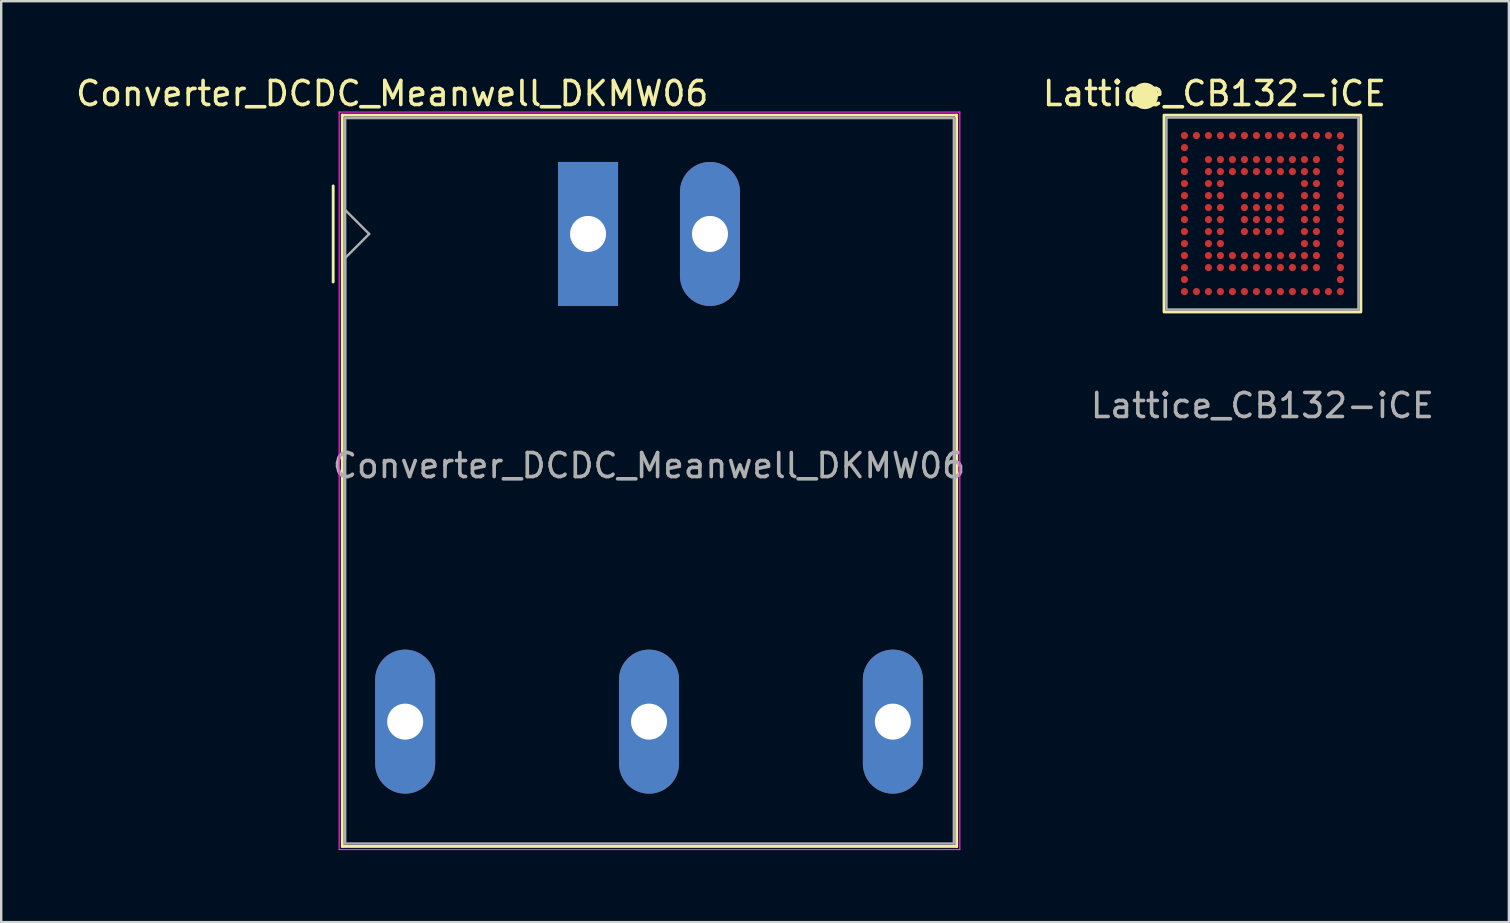
<source format=kicad_pcb>
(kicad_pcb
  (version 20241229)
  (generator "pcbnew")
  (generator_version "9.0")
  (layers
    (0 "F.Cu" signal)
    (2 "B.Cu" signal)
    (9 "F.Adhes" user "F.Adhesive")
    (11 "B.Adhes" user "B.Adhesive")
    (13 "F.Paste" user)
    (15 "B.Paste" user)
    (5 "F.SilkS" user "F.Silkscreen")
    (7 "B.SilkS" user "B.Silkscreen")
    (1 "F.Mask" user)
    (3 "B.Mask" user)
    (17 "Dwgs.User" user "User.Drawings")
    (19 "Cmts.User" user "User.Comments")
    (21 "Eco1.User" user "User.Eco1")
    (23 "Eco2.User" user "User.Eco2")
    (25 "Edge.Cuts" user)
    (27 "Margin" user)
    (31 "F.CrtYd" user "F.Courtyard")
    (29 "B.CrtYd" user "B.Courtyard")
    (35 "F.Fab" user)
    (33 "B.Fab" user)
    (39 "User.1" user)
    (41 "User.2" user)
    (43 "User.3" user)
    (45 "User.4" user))
  (footprint "Converter_DCDC_Meanwell_DKMW06"
    (layer "F.Cu")
    (at 21.452 6.698)
    (property "Reference" "Converter_DCDC_Meanwell_DKMW06" (at -8.16 -5.85 180) (layer "F.SilkS") (effects (font (size 1 1) (thickness 0.15))))
    (attr through_hole)
    (fp_line (start -10.62 -2) (end -10.62 2) (stroke (width 0.12) (type solid)) (layer "F.SilkS"))
    (fp_line (start -10.24 -4.95) (end 15.36 -4.95) (stroke (width 0.12) (type solid)) (layer "F.SilkS"))
    (fp_line (start -10.24 25.52) (end -10.24 -4.95) (stroke (width 0.12) (type solid)) (layer "F.SilkS"))
    (fp_line (start 15.36 -4.95) (end 15.36 25.52) (stroke (width 0.12) (type solid)) (layer "F.SilkS"))
    (fp_line (start 15.36 25.52) (end -10.24 25.52) (stroke (width 0.12) (type solid)) (layer "F.SilkS"))
    (fp_line (start -10.37 -5.08) (end 15.49 -5.08) (stroke (width 0.05) (type solid)) (layer "F.CrtYd"))
    (fp_line (start -10.37 25.65) (end -10.37 -5.08) (stroke (width 0.05) (type solid)) (layer "F.CrtYd"))
    (fp_line (start -10.37 25.65) (end 15.49 25.65) (stroke (width 0.05) (type solid)) (layer "F.CrtYd"))
    (fp_line (start 15.49 25.65) (end 15.49 -5.08) (stroke (width 0.05) (type solid)) (layer "F.CrtYd"))
    (fp_line (start -10.12 1) (end -10.12 25.4) (stroke (width 0.1) (type solid)) (layer "F.Fab"))
    (fp_line (start -10.12 1) (end -9.12 0) (stroke (width 0.1) (type solid)) (layer "F.Fab"))
    (fp_line (start -10.12 9.37) (end -10.12 -4.83) (stroke (width 0.1) (type solid)) (layer "F.Fab"))
    (fp_line (start -10.12 25.4) (end 15.24 25.4) (stroke (width 0.1) (type solid)) (layer "F.Fab"))
    (fp_line (start -9.12 0) (end -10.12 -1) (stroke (width 0.1) (type solid)) (layer "F.Fab"))
    (fp_line (start 15.24 -4.83) (end -10.12 -4.83) (stroke (width 0.1) (type solid)) (layer "F.Fab"))
    (fp_line (start 15.24 25.4) (end 15.24 -4.83) (stroke (width 0.1) (type solid)) (layer "F.Fab"))
    (fp_text user "${REFERENCE}" (at 2.54 9.652 0) (layer "F.Fab") (effects (font (size 1 1) (thickness 0.15))))
    (pad "1" thru_hole rect (at 0 0 90) (size 6 2.5) (drill 1.5) (layers "*.Cu" "*.Mask"))
    (pad "2" thru_hole oval (at 5.08 0 90) (size 6 2.5) (drill 1.5) (layers "*.Cu" "*.Mask"))
    (pad "3" thru_hole oval (at -7.62 20.32 90) (size 6 2.5) (drill 1.5) (layers "*.Cu" "*.Mask"))
    (pad "4" thru_hole oval (at 2.54 20.32 90) (size 6 2.5) (drill 1.5) (layers "*.Cu" "*.Mask"))
    (pad "5" thru_hole oval (at 12.7 20.32 90) (size 6 2.5) (drill 1.5) (layers "*.Cu" "*.Mask")))
  (footprint "Lattice_CB132-iCE"
    (layer "F.Cu")
    (at 49.551 5.848)
    (property "Reference" "Lattice_CB132-iCE" (at -2 -5 0) (unlocked yes) (layer "F.SilkS") (effects (font (size 1 1) (thickness 0.15))))
    (attr smd)
    (fp_rect (start -4.1 -4.1) (end 4.1 4.1) (stroke (width 0.12) (type solid)) (fill no) (layer "F.SilkS"))
    (fp_circle (center -4.9 -4.9) (end -4.4 -4.9) (stroke (width 0.1) (type solid)) (fill yes) (layer "F.SilkS"))
    (fp_rect (start -4 -4) (end 4 4) (stroke (width 0.1) (type solid)) (fill no) (layer "F.Fab"))
    (fp_text user "${REFERENCE}" (at 0 8 0) (unlocked yes) (layer "F.Fab") (effects (font (size 1 1) (thickness 0.15))))
    (pad "A1" smd circle (at -3.25 -3.25) (size 0.3 0.3) (property pad_prop_bga) (layers "F.Cu" "F.Mask" "F.Paste"))
    (pad "A2" smd circle (at -2.75 -3.25) (size 0.3 0.3) (property pad_prop_bga) (layers "F.Cu" "F.Mask" "F.Paste"))
    (pad "A3" smd circle (at -2.25 -3.25) (size 0.3 0.3) (property pad_prop_bga) (layers "F.Cu" "F.Mask" "F.Paste"))
    (pad "A4" smd circle (at -1.75 -3.25) (size 0.3 0.3) (property pad_prop_bga) (layers "F.Cu" "F.Mask" "F.Paste"))
    (pad "A5" smd circle (at -1.25 -3.25) (size 0.3 0.3) (property pad_prop_bga) (layers "F.Cu" "F.Mask" "F.Paste"))
    (pad "A6" smd circle (at -0.75 -3.25) (size 0.3 0.3) (property pad_prop_bga) (layers "F.Cu" "F.Mask" "F.Paste"))
    (pad "A7" smd circle (at -0.25 -3.25) (size 0.3 0.3) (property pad_prop_bga) (layers "F.Cu" "F.Mask" "F.Paste"))
    (pad "A8" smd circle (at 0.25 -3.25) (size 0.3 0.3) (property pad_prop_bga) (layers "F.Cu" "F.Mask" "F.Paste"))
    (pad "A9" smd circle (at 0.75 -3.25) (size 0.3 0.3) (property pad_prop_bga) (layers "F.Cu" "F.Mask" "F.Paste"))
    (pad "A10" smd circle (at 1.25 -3.25) (size 0.3 0.3) (property pad_prop_bga) (layers "F.Cu" "F.Mask" "F.Paste"))
    (pad "A11" smd circle (at 1.75 -3.25) (size 0.3 0.3) (property pad_prop_bga) (layers "F.Cu" "F.Mask" "F.Paste"))
    (pad "A12" smd circle (at 2.25 -3.25) (size 0.3 0.3) (property pad_prop_bga) (layers "F.Cu" "F.Mask" "F.Paste"))
    (pad "A13" smd circle (at 2.75 -3.25) (size 0.3 0.3) (property pad_prop_bga) (layers "F.Cu" "F.Mask" "F.Paste"))
    (pad "A14" smd circle (at 3.25 -3.25) (size 0.3 0.3) (property pad_prop_bga) (layers "F.Cu" "F.Mask" "F.Paste"))
    (pad "B1" smd circle (at -3.25 -2.75) (size 0.3 0.3) (property pad_prop_bga) (layers "F.Cu" "F.Mask" "F.Paste"))
    (pad "B14" smd circle (at 3.25 -2.75) (size 0.3 0.3) (property pad_prop_bga) (layers "F.Cu" "F.Mask" "F.Paste"))
    (pad "C1" smd circle (at -3.25 -2.25) (size 0.3 0.3) (property pad_prop_bga) (layers "F.Cu" "F.Mask" "F.Paste"))
    (pad "C3" smd circle (at -2.25 -2.25) (size 0.3 0.3) (property pad_prop_bga) (layers "F.Cu" "F.Mask" "F.Paste"))
    (pad "C4" smd circle (at -1.75 -2.25) (size 0.3 0.3) (property pad_prop_bga) (layers "F.Cu" "F.Mask" "F.Paste"))
    (pad "C5" smd circle (at -1.25 -2.25) (size 0.3 0.3) (property pad_prop_bga) (layers "F.Cu" "F.Mask" "F.Paste"))
    (pad "C6" smd circle (at -0.75 -2.25) (size 0.3 0.3) (property pad_prop_bga) (layers "F.Cu" "F.Mask" "F.Paste"))
    (pad "C7" smd circle (at -0.25 -2.25) (size 0.3 0.3) (property pad_prop_bga) (layers "F.Cu" "F.Mask" "F.Paste"))
    (pad "C8" smd circle (at 0.25 -2.25) (size 0.3 0.3) (property pad_prop_bga) (layers "F.Cu" "F.Mask" "F.Paste"))
    (pad "C9" smd circle (at 0.75 -2.25) (size 0.3 0.3) (property pad_prop_bga) (layers "F.Cu" "F.Mask" "F.Paste"))
    (pad "C10" smd circle (at 1.25 -2.25) (size 0.3 0.3) (property pad_prop_bga) (layers "F.Cu" "F.Mask" "F.Paste"))
    (pad "C11" smd circle (at 1.75 -2.25) (size 0.3 0.3) (property pad_prop_bga) (layers "F.Cu" "F.Mask" "F.Paste"))
    (pad "C12" smd circle (at 2.25 -2.25) (size 0.3 0.3) (property pad_prop_bga) (layers "F.Cu" "F.Mask" "F.Paste"))
    (pad "C14" smd circle (at 3.25 -2.25) (size 0.3 0.3) (property pad_prop_bga) (layers "F.Cu" "F.Mask" "F.Paste"))
    (pad "D1" smd circle (at -3.25 -1.75) (size 0.3 0.3) (property pad_prop_bga) (layers "F.Cu" "F.Mask" "F.Paste"))
    (pad "D3" smd circle (at -2.25 -1.75) (size 0.3 0.3) (property pad_prop_bga) (layers "F.Cu" "F.Mask" "F.Paste"))
    (pad "D4" smd circle (at -1.75 -1.75) (size 0.3 0.3) (property pad_prop_bga) (layers "F.Cu" "F.Mask" "F.Paste"))
    (pad "D5" smd circle (at -1.25 -1.75) (size 0.3 0.3) (property pad_prop_bga) (layers "F.Cu" "F.Mask" "F.Paste"))
    (pad "D6" smd circle (at -0.75 -1.75) (size 0.3 0.3) (property pad_prop_bga) (layers "F.Cu" "F.Mask" "F.Paste"))
    (pad "D7" smd circle (at -0.25 -1.75) (size 0.3 0.3) (property pad_prop_bga) (layers "F.Cu" "F.Mask" "F.Paste"))
    (pad "D8" smd circle (at 0.25 -1.75) (size 0.3 0.3) (property pad_prop_bga) (layers "F.Cu" "F.Mask" "F.Paste"))
    (pad "D9" smd circle (at 0.75 -1.75) (size 0.3 0.3) (property pad_prop_bga) (layers "F.Cu" "F.Mask" "F.Paste"))
    (pad "D10" smd circle (at 1.25 -1.75) (size 0.3 0.3) (property pad_prop_bga) (layers "F.Cu" "F.Mask" "F.Paste"))
    (pad "D11" smd circle (at 1.75 -1.75) (size 0.3 0.3) (property pad_prop_bga) (layers "F.Cu" "F.Mask" "F.Paste"))
    (pad "D12" smd circle (at 2.25 -1.75) (size 0.3 0.3) (property pad_prop_bga) (layers "F.Cu" "F.Mask" "F.Paste"))
    (pad "D14" smd circle (at 3.25 -1.75) (size 0.3 0.3) (property pad_prop_bga) (layers "F.Cu" "F.Mask" "F.Paste"))
    (pad "E1" smd circle (at -3.25 -1.25) (size 0.3 0.3) (property pad_prop_bga) (layers "F.Cu" "F.Mask" "F.Paste"))
    (pad "E3" smd circle (at -2.25 -1.25) (size 0.3 0.3) (property pad_prop_bga) (layers "F.Cu" "F.Mask" "F.Paste"))
    (pad "E4" smd circle (at -1.75 -1.25) (size 0.3 0.3) (property pad_prop_bga) (layers "F.Cu" "F.Mask" "F.Paste"))
    (pad "E11" smd circle (at 1.75 -1.25) (size 0.3 0.3) (property pad_prop_bga) (layers "F.Cu" "F.Mask" "F.Paste"))
    (pad "E12" smd circle (at 2.25 -1.25) (size 0.3 0.3) (property pad_prop_bga) (layers "F.Cu" "F.Mask" "F.Paste"))
    (pad "E14" smd circle (at 3.25 -1.25) (size 0.3 0.3) (property pad_prop_bga) (layers "F.Cu" "F.Mask" "F.Paste"))
    (pad "F1" smd circle (at -3.25 -0.75) (size 0.3 0.3) (property pad_prop_bga) (layers "F.Cu" "F.Mask" "F.Paste"))
    (pad "F3" smd circle (at -2.25 -0.75) (size 0.3 0.3) (property pad_prop_bga) (layers "F.Cu" "F.Mask" "F.Paste"))
    (pad "F4" smd circle (at -1.75 -0.75) (size 0.3 0.3) (property pad_prop_bga) (layers "F.Cu" "F.Mask" "F.Paste"))
    (pad "F6" smd circle (at -0.75 -0.75) (size 0.3 0.3) (property pad_prop_bga) (layers "F.Cu" "F.Mask" "F.Paste"))
    (pad "F7" smd circle (at -0.25 -0.75) (size 0.3 0.3) (property pad_prop_bga) (layers "F.Cu" "F.Mask" "F.Paste"))
    (pad "F8" smd circle (at 0.25 -0.75) (size 0.3 0.3) (property pad_prop_bga) (layers "F.Cu" "F.Mask" "F.Paste"))
    (pad "F9" smd circle (at 0.75 -0.75) (size 0.3 0.3) (property pad_prop_bga) (layers "F.Cu" "F.Mask" "F.Paste"))
    (pad "F11" smd circle (at 1.75 -0.75) (size 0.3 0.3) (property pad_prop_bga) (layers "F.Cu" "F.Mask" "F.Paste"))
    (pad "F12" smd circle (at 2.25 -0.75) (size 0.3 0.3) (property pad_prop_bga) (layers "F.Cu" "F.Mask" "F.Paste"))
    (pad "F14" smd circle (at 3.25 -0.75) (size 0.3 0.3) (property pad_prop_bga) (layers "F.Cu" "F.Mask" "F.Paste"))
    (pad "G1" smd circle (at -3.25 -0.25) (size 0.3 0.3) (property pad_prop_bga) (layers "F.Cu" "F.Mask" "F.Paste"))
    (pad "G2" smd circle (at -2.25 -0.25) (size 0.3 0.3) (property pad_prop_bga) (layers "F.Cu" "F.Mask" "F.Paste"))
    (pad "G3" smd circle (at -1.75 -0.25) (size 0.3 0.3) (property pad_prop_bga) (layers "F.Cu" "F.Mask" "F.Paste"))
    (pad "G6" smd circle (at -0.75 -0.25) (size 0.3 0.3) (property pad_prop_bga) (layers "F.Cu" "F.Mask" "F.Paste"))
    (pad "G7" smd circle (at -0.25 -0.25) (size 0.3 0.3) (property pad_prop_bga) (layers "F.Cu" "F.Mask" "F.Paste"))
    (pad "G8" smd circle (at 0.25 -0.25) (size 0.3 0.3) (property pad_prop_bga) (layers "F.Cu" "F.Mask" "F.Paste"))
    (pad "G9" smd circle (at 0.75 -0.25) (size 0.3 0.3) (property pad_prop_bga) (layers "F.Cu" "F.Mask" "F.Paste"))
    (pad "G11" smd circle (at 1.75 -0.25) (size 0.3 0.3) (property pad_prop_bga) (layers "F.Cu" "F.Mask" "F.Paste"))
    (pad "G12" smd circle (at 2.25 -0.25) (size 0.3 0.3) (property pad_prop_bga) (layers "F.Cu" "F.Mask" "F.Paste"))
    (pad "G14" smd circle (at 3.25 -0.25) (size 0.3 0.3) (property pad_prop_bga) (layers "F.Cu" "F.Mask" "F.Paste"))
    (pad "H1" smd circle (at -3.25 0.25) (size 0.3 0.3) (property pad_prop_bga) (layers "F.Cu" "F.Mask" "F.Paste"))
    (pad "H3" smd circle (at -2.25 0.25) (size 0.3 0.3) (property pad_prop_bga) (layers "F.Cu" "F.Mask" "F.Paste"))
    (pad "H4" smd circle (at -1.75 0.25) (size 0.3 0.3) (property pad_prop_bga) (layers "F.Cu" "F.Mask" "F.Paste"))
    (pad "H6" smd circle (at -0.75 0.25) (size 0.3 0.3) (property pad_prop_bga) (layers "F.Cu" "F.Mask" "F.Paste"))
    (pad "H7" smd circle (at -0.25 0.25) (size 0.3 0.3) (property pad_prop_bga) (layers "F.Cu" "F.Mask" "F.Paste"))
    (pad "H8" smd circle (at 0.25 0.25) (size 0.3 0.3) (property pad_prop_bga) (layers "F.Cu" "F.Mask" "F.Paste"))
    (pad "H9" smd circle (at 0.75 0.25) (size 0.3 0.3) (property pad_prop_bga) (layers "F.Cu" "F.Mask" "F.Paste"))
    (pad "H11" smd circle (at 1.75 0.25) (size 0.3 0.3) (property pad_prop_bga) (layers "F.Cu" "F.Mask" "F.Paste"))
    (pad "H12" smd circle (at 2.25 0.25) (size 0.3 0.3) (property pad_prop_bga) (layers "F.Cu" "F.Mask" "F.Paste"))
    (pad "H14" smd circle (at 3.25 0.25) (size 0.3 0.3) (property pad_prop_bga) (layers "F.Cu" "F.Mask" "F.Paste"))
    (pad "J1" smd circle (at -3.25 0.75) (size 0.3 0.3) (property pad_prop_bga) (layers "F.Cu" "F.Mask" "F.Paste"))
    (pad "J3" smd circle (at -2.25 0.75) (size 0.3 0.3) (property pad_prop_bga) (layers "F.Cu" "F.Mask" "F.Paste"))
    (pad "J4" smd circle (at -1.75 0.75) (size 0.3 0.3) (property pad_prop_bga) (layers "F.Cu" "F.Mask" "F.Paste"))
    (pad "J6" smd circle (at -0.75 0.75) (size 0.3 0.3) (property pad_prop_bga) (layers "F.Cu" "F.Mask" "F.Paste"))
    (pad "J7" smd circle (at -0.25 0.75) (size 0.3 0.3) (property pad_prop_bga) (layers "F.Cu" "F.Mask" "F.Paste"))
    (pad "J8" smd circle (at 0.25 0.75) (size 0.3 0.3) (property pad_prop_bga) (layers "F.Cu" "F.Mask" "F.Paste"))
    (pad "J9" smd circle (at 0.75 0.75) (size 0.3 0.3) (property pad_prop_bga) (layers "F.Cu" "F.Mask" "F.Paste"))
    (pad "J11" smd circle (at 1.75 0.75) (size 0.3 0.3) (property pad_prop_bga) (layers "F.Cu" "F.Mask" "F.Paste"))
    (pad "J12" smd circle (at 2.25 0.75) (size 0.3 0.3) (property pad_prop_bga) (layers "F.Cu" "F.Mask" "F.Paste"))
    (pad "J14" smd circle (at 3.25 0.75) (size 0.3 0.3) (property pad_prop_bga) (layers "F.Cu" "F.Mask" "F.Paste"))
    (pad "K1" smd circle (at -3.25 1.25) (size 0.3 0.3) (property pad_prop_bga) (layers "F.Cu" "F.Mask" "F.Paste"))
    (pad "K3" smd circle (at -2.25 1.25) (size 0.3 0.3) (property pad_prop_bga) (layers "F.Cu" "F.Mask" "F.Paste"))
    (pad "K4" smd circle (at -1.75 1.25) (size 0.3 0.3) (property pad_prop_bga) (layers "F.Cu" "F.Mask" "F.Paste"))
    (pad "K11" smd circle (at 1.75 1.25) (size 0.3 0.3) (property pad_prop_bga) (layers "F.Cu" "F.Mask" "F.Paste"))
    (pad "K12" smd circle (at 2.25 1.25) (size 0.3 0.3) (property pad_prop_bga) (layers "F.Cu" "F.Mask" "F.Paste"))
    (pad "K14" smd circle (at 3.25 1.25) (size 0.3 0.3) (property pad_prop_bga) (layers "F.Cu" "F.Mask" "F.Paste"))
    (pad "L1" smd circle (at -3.25 1.75) (size 0.3 0.3) (property pad_prop_bga) (layers "F.Cu" "F.Mask" "F.Paste"))
    (pad "L3" smd circle (at -2.25 1.75) (size 0.3 0.3) (property pad_prop_bga) (layers "F.Cu" "F.Mask" "F.Paste"))
    (pad "L4" smd circle (at -1.75 1.75) (size 0.3 0.3) (property pad_prop_bga) (layers "F.Cu" "F.Mask" "F.Paste"))
    (pad "L5" smd circle (at -1.25 1.75) (size 0.3 0.3) (property pad_prop_bga) (layers "F.Cu" "F.Mask" "F.Paste"))
    (pad "L6" smd circle (at -0.75 1.75) (size 0.3 0.3) (property pad_prop_bga) (layers "F.Cu" "F.Mask" "F.Paste"))
    (pad "L7" smd circle (at -0.25 1.75) (size 0.3 0.3) (property pad_prop_bga) (layers "F.Cu" "F.Mask" "F.Paste"))
    (pad "L8" smd circle (at 0.25 1.75) (size 0.3 0.3) (property pad_prop_bga) (layers "F.Cu" "F.Mask" "F.Paste"))
    (pad "L9" smd circle (at 0.75 1.75) (size 0.3 0.3) (property pad_prop_bga) (layers "F.Cu" "F.Mask" "F.Paste"))
    (pad "L10" smd circle (at 1.25 1.75) (size 0.3 0.3) (property pad_prop_bga) (layers "F.Cu" "F.Mask" "F.Paste"))
    (pad "L11" smd circle (at 1.75 1.75) (size 0.3 0.3) (property pad_prop_bga) (layers "F.Cu" "F.Mask" "F.Paste"))
    (pad "L12" smd circle (at 2.25 1.75) (size 0.3 0.3) (property pad_prop_bga) (layers "F.Cu" "F.Mask" "F.Paste"))
    (pad "L14" smd circle (at 3.25 1.75) (size 0.3 0.3) (property pad_prop_bga) (layers "F.Cu" "F.Mask" "F.Paste"))
    (pad "M1" smd circle (at -3.25 2.25) (size 0.3 0.3) (property pad_prop_bga) (layers "F.Cu" "F.Mask" "F.Paste"))
    (pad "M3" smd circle (at -2.25 2.25) (size 0.3 0.3) (property pad_prop_bga) (layers "F.Cu" "F.Mask" "F.Paste"))
    (pad "M4" smd circle (at -1.75 2.25) (size 0.3 0.3) (property pad_prop_bga) (layers "F.Cu" "F.Mask" "F.Paste"))
    (pad "M5" smd circle (at -1.25 2.25) (size 0.3 0.3) (property pad_prop_bga) (layers "F.Cu" "F.Mask" "F.Paste"))
    (pad "M6" smd circle (at -0.75 2.25) (size 0.3 0.3) (property pad_prop_bga) (layers "F.Cu" "F.Mask" "F.Paste"))
    (pad "M7" smd circle (at -0.25 2.25) (size 0.3 0.3) (property pad_prop_bga) (layers "F.Cu" "F.Mask" "F.Paste"))
    (pad "M8" smd circle (at 0.25 2.25) (size 0.3 0.3) (property pad_prop_bga) (layers "F.Cu" "F.Mask" "F.Paste"))
    (pad "M9" smd circle (at 0.75 2.25) (size 0.3 0.3) (property pad_prop_bga) (layers "F.Cu" "F.Mask" "F.Paste"))
    (pad "M10" smd circle (at 1.25 2.25) (size 0.3 0.3) (property pad_prop_bga) (layers "F.Cu" "F.Mask" "F.Paste"))
    (pad "M11" smd circle (at 1.75 2.25) (size 0.3 0.3) (property pad_prop_bga) (layers "F.Cu" "F.Mask" "F.Paste"))
    (pad "M12" smd circle (at 2.25 2.25) (size 0.3 0.3) (property pad_prop_bga) (layers "F.Cu" "F.Mask" "F.Paste"))
    (pad "M14" smd circle (at 3.25 2.25) (size 0.3 0.3) (property pad_prop_bga) (layers "F.Cu" "F.Mask" "F.Paste"))
    (pad "N1" smd circle (at -3.25 2.75) (size 0.3 0.3) (property pad_prop_bga) (layers "F.Cu" "F.Mask" "F.Paste"))
    (pad "N14" smd circle (at 3.25 2.75) (size 0.3 0.3) (property pad_prop_bga) (layers "F.Cu" "F.Mask" "F.Paste"))
    (pad "P1" smd circle (at -3.25 3.25) (size 0.3 0.3) (property pad_prop_bga) (layers "F.Cu" "F.Mask" "F.Paste"))
    (pad "P2" smd circle (at -2.75 3.25) (size 0.3 0.3) (property pad_prop_bga) (layers "F.Cu" "F.Mask" "F.Paste"))
    (pad "P3" smd circle (at -2.25 3.25) (size 0.3 0.3) (property pad_prop_bga) (layers "F.Cu" "F.Mask" "F.Paste"))
    (pad "P4" smd circle (at -1.75 3.25) (size 0.3 0.3) (property pad_prop_bga) (layers "F.Cu" "F.Mask" "F.Paste"))
    (pad "P5" smd circle (at -1.25 3.25) (size 0.3 0.3) (property pad_prop_bga) (layers "F.Cu" "F.Mask" "F.Paste"))
    (pad "P6" smd circle (at -0.75 3.25) (size 0.3 0.3) (property pad_prop_bga) (layers "F.Cu" "F.Mask" "F.Paste"))
    (pad "P7" smd circle (at -0.25 3.25) (size 0.3 0.3) (property pad_prop_bga) (layers "F.Cu" "F.Mask" "F.Paste"))
    (pad "P8" smd circle (at 0.25 3.25) (size 0.3 0.3) (property pad_prop_bga) (layers "F.Cu" "F.Mask" "F.Paste"))
    (pad "P9" smd circle (at 0.75 3.25) (size 0.3 0.3) (property pad_prop_bga) (layers "F.Cu" "F.Mask" "F.Paste"))
    (pad "P10" smd circle (at 1.25 3.25) (size 0.3 0.3) (property pad_prop_bga) (layers "F.Cu" "F.Mask" "F.Paste"))
    (pad "P11" smd circle (at 1.75 3.25) (size 0.3 0.3) (property pad_prop_bga) (layers "F.Cu" "F.Mask" "F.Paste"))
    (pad "P12" smd circle (at 2.25 3.25) (size 0.3 0.3) (property pad_prop_bga) (layers "F.Cu" "F.Mask" "F.Paste"))
    (pad "P13" smd circle (at 2.75 3.25) (size 0.3 0.3) (property pad_prop_bga) (layers "F.Cu" "F.Mask" "F.Paste"))
    (pad "P14" smd circle (at 3.25 3.25) (size 0.3 0.3) (property pad_prop_bga) (layers "F.Cu" "F.Mask" "F.Paste")))
  (gr_rect
    (start -3 -3)
    (end 59.819 35.373)
    (stroke (width 0.1) (type default))
    (fill no)
    (layer "Edge.Cuts")))
</source>
